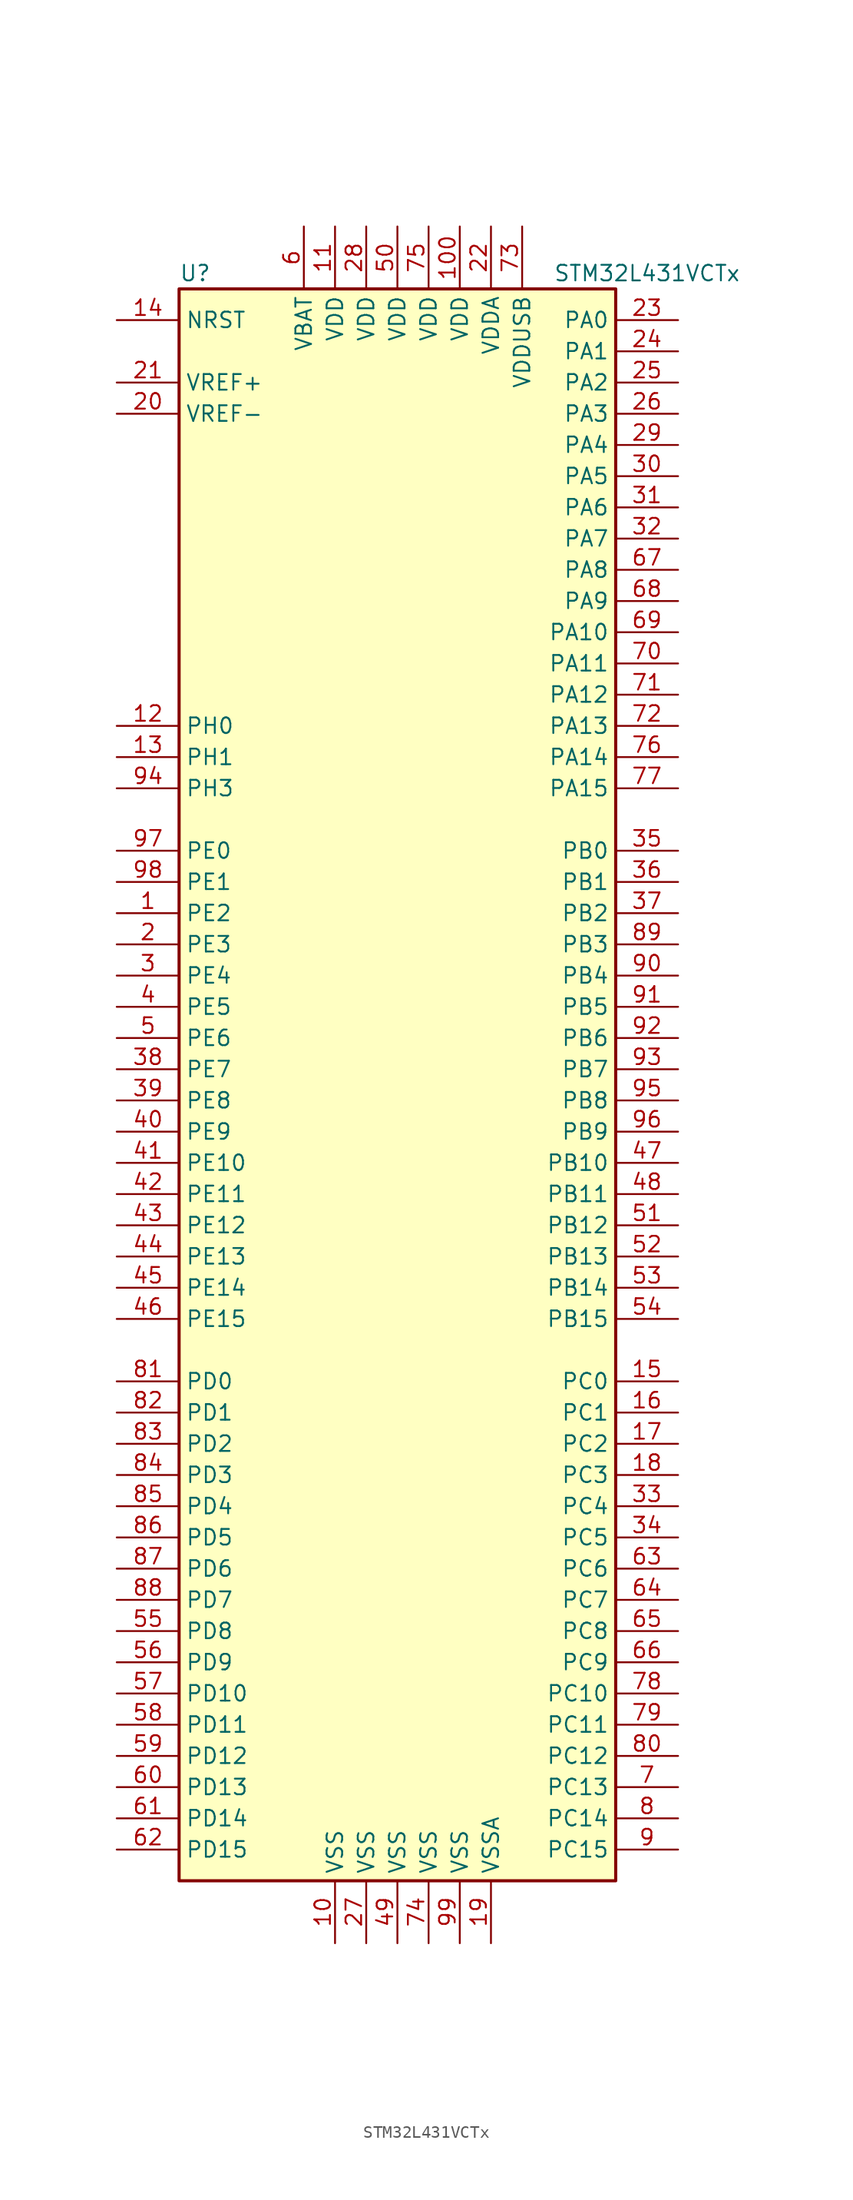
<source format=kicad_sym>
(kicad_symbol_lib
  (version 20201005)
  (generator kicad_symbol_editor)
  (symbol "STM32L431VCTx"
    (property "Reference" "U"
      (at -17.78 64.77 0)
      (effects (font (size 1.27 1.27)) (justify left)))
    (property "Value" "STM32L431VCTx"
      (at 12.7 64.77 0)
      (effects (font (size 1.27 1.27)) (justify left)))
    (symbol "STM32L431VCTx_0_1"
      (rectangle (start -17.78 -66.04) (end 17.78 63.5) (stroke (width 0.254)) (fill (type background))))
    (symbol "STM32L431VCTx_1_1"
      (pin input line (at -22.86 60.96 0) (length 5.08) (name "NRST" (effects (font (size 1.27 1.27)))) (number "14" (effects (font (size 1.27 1.27)))))
      (pin bidirectional line (at 22.86 60.96 180) (length 5.08) (name "PA0" (effects (font (size 1.27 1.27)))) (number "23" (effects (font (size 1.27 1.27)))))
      (pin bidirectional line (at 22.86 58.42 180) (length 5.08) (name "PA1" (effects (font (size 1.27 1.27)))) (number "24" (effects (font (size 1.27 1.27)))))
      (pin bidirectional line (at 22.86 35.56 180) (length 5.08) (name "PA10" (effects (font (size 1.27 1.27)))) (number "69" (effects (font (size 1.27 1.27)))))
      (pin bidirectional line (at 22.86 33.02 180) (length 5.08) (name "PA11" (effects (font (size 1.27 1.27)))) (number "70" (effects (font (size 1.27 1.27)))))
      (pin bidirectional line (at 22.86 30.48 180) (length 5.08) (name "PA12" (effects (font (size 1.27 1.27)))) (number "71" (effects (font (size 1.27 1.27)))))
      (pin bidirectional line (at 22.86 27.94 180) (length 5.08) (name "PA13" (effects (font (size 1.27 1.27)))) (number "72" (effects (font (size 1.27 1.27)))))
      (pin bidirectional line (at 22.86 25.4 180) (length 5.08) (name "PA14" (effects (font (size 1.27 1.27)))) (number "76" (effects (font (size 1.27 1.27)))))
      (pin bidirectional line (at 22.86 22.86 180) (length 5.08) (name "PA15" (effects (font (size 1.27 1.27)))) (number "77" (effects (font (size 1.27 1.27)))))
      (pin bidirectional line (at 22.86 55.88 180) (length 5.08) (name "PA2" (effects (font (size 1.27 1.27)))) (number "25" (effects (font (size 1.27 1.27)))))
      (pin bidirectional line (at 22.86 53.34 180) (length 5.08) (name "PA3" (effects (font (size 1.27 1.27)))) (number "26" (effects (font (size 1.27 1.27)))))
      (pin bidirectional line (at 22.86 50.8 180) (length 5.08) (name "PA4" (effects (font (size 1.27 1.27)))) (number "29" (effects (font (size 1.27 1.27)))))
      (pin bidirectional line (at 22.86 48.26 180) (length 5.08) (name "PA5" (effects (font (size 1.27 1.27)))) (number "30" (effects (font (size 1.27 1.27)))))
      (pin bidirectional line (at 22.86 45.72 180) (length 5.08) (name "PA6" (effects (font (size 1.27 1.27)))) (number "31" (effects (font (size 1.27 1.27)))))
      (pin bidirectional line (at 22.86 43.18 180) (length 5.08) (name "PA7" (effects (font (size 1.27 1.27)))) (number "32" (effects (font (size 1.27 1.27)))))
      (pin bidirectional line (at 22.86 40.64 180) (length 5.08) (name "PA8" (effects (font (size 1.27 1.27)))) (number "67" (effects (font (size 1.27 1.27)))))
      (pin bidirectional line (at 22.86 38.1 180) (length 5.08) (name "PA9" (effects (font (size 1.27 1.27)))) (number "68" (effects (font (size 1.27 1.27)))))
      (pin bidirectional line (at 22.86 17.78 180) (length 5.08) (name "PB0" (effects (font (size 1.27 1.27)))) (number "35" (effects (font (size 1.27 1.27)))))
      (pin bidirectional line (at 22.86 15.24 180) (length 5.08) (name "PB1" (effects (font (size 1.27 1.27)))) (number "36" (effects (font (size 1.27 1.27)))))
      (pin bidirectional line (at 22.86 -7.62 180) (length 5.08) (name "PB10" (effects (font (size 1.27 1.27)))) (number "47" (effects (font (size 1.27 1.27)))))
      (pin bidirectional line (at 22.86 -10.16 180) (length 5.08) (name "PB11" (effects (font (size 1.27 1.27)))) (number "48" (effects (font (size 1.27 1.27)))))
      (pin bidirectional line (at 22.86 -12.7 180) (length 5.08) (name "PB12" (effects (font (size 1.27 1.27)))) (number "51" (effects (font (size 1.27 1.27)))))
      (pin bidirectional line (at 22.86 -15.24 180) (length 5.08) (name "PB13" (effects (font (size 1.27 1.27)))) (number "52" (effects (font (size 1.27 1.27)))))
      (pin bidirectional line (at 22.86 -17.78 180) (length 5.08) (name "PB14" (effects (font (size 1.27 1.27)))) (number "53" (effects (font (size 1.27 1.27)))))
      (pin bidirectional line (at 22.86 -20.32 180) (length 5.08) (name "PB15" (effects (font (size 1.27 1.27)))) (number "54" (effects (font (size 1.27 1.27)))))
      (pin bidirectional line (at 22.86 12.7 180) (length 5.08) (name "PB2" (effects (font (size 1.27 1.27)))) (number "37" (effects (font (size 1.27 1.27)))))
      (pin bidirectional line (at 22.86 10.16 180) (length 5.08) (name "PB3" (effects (font (size 1.27 1.27)))) (number "89" (effects (font (size 1.27 1.27)))))
      (pin bidirectional line (at 22.86 7.62 180) (length 5.08) (name "PB4" (effects (font (size 1.27 1.27)))) (number "90" (effects (font (size 1.27 1.27)))))
      (pin bidirectional line (at 22.86 5.08 180) (length 5.08) (name "PB5" (effects (font (size 1.27 1.27)))) (number "91" (effects (font (size 1.27 1.27)))))
      (pin bidirectional line (at 22.86 2.54 180) (length 5.08) (name "PB6" (effects (font (size 1.27 1.27)))) (number "92" (effects (font (size 1.27 1.27)))))
      (pin bidirectional line (at 22.86 0 180) (length 5.08) (name "PB7" (effects (font (size 1.27 1.27)))) (number "93" (effects (font (size 1.27 1.27)))))
      (pin bidirectional line (at 22.86 -2.54 180) (length 5.08) (name "PB8" (effects (font (size 1.27 1.27)))) (number "95" (effects (font (size 1.27 1.27)))))
      (pin bidirectional line (at 22.86 -5.08 180) (length 5.08) (name "PB9" (effects (font (size 1.27 1.27)))) (number "96" (effects (font (size 1.27 1.27)))))
      (pin bidirectional line (at 22.86 -25.4 180) (length 5.08) (name "PC0" (effects (font (size 1.27 1.27)))) (number "15" (effects (font (size 1.27 1.27)))))
      (pin bidirectional line (at 22.86 -27.94 180) (length 5.08) (name "PC1" (effects (font (size 1.27 1.27)))) (number "16" (effects (font (size 1.27 1.27)))))
      (pin bidirectional line (at 22.86 -50.8 180) (length 5.08) (name "PC10" (effects (font (size 1.27 1.27)))) (number "78" (effects (font (size 1.27 1.27)))))
      (pin bidirectional line (at 22.86 -53.34 180) (length 5.08) (name "PC11" (effects (font (size 1.27 1.27)))) (number "79" (effects (font (size 1.27 1.27)))))
      (pin bidirectional line (at 22.86 -55.88 180) (length 5.08) (name "PC12" (effects (font (size 1.27 1.27)))) (number "80" (effects (font (size 1.27 1.27)))))
      (pin bidirectional line (at 22.86 -58.42 180) (length 5.08) (name "PC13" (effects (font (size 1.27 1.27)))) (number "7" (effects (font (size 1.27 1.27)))))
      (pin bidirectional line (at 22.86 -60.96 180) (length 5.08) (name "PC14" (effects (font (size 1.27 1.27)))) (number "8" (effects (font (size 1.27 1.27)))))
      (pin bidirectional line (at 22.86 -63.5 180) (length 5.08) (name "PC15" (effects (font (size 1.27 1.27)))) (number "9" (effects (font (size 1.27 1.27)))))
      (pin bidirectional line (at 22.86 -30.48 180) (length 5.08) (name "PC2" (effects (font (size 1.27 1.27)))) (number "17" (effects (font (size 1.27 1.27)))))
      (pin bidirectional line (at 22.86 -33.02 180) (length 5.08) (name "PC3" (effects (font (size 1.27 1.27)))) (number "18" (effects (font (size 1.27 1.27)))))
      (pin bidirectional line (at 22.86 -35.56 180) (length 5.08) (name "PC4" (effects (font (size 1.27 1.27)))) (number "33" (effects (font (size 1.27 1.27)))))
      (pin bidirectional line (at 22.86 -38.1 180) (length 5.08) (name "PC5" (effects (font (size 1.27 1.27)))) (number "34" (effects (font (size 1.27 1.27)))))
      (pin bidirectional line (at 22.86 -40.64 180) (length 5.08) (name "PC6" (effects (font (size 1.27 1.27)))) (number "63" (effects (font (size 1.27 1.27)))))
      (pin bidirectional line (at 22.86 -43.18 180) (length 5.08) (name "PC7" (effects (font (size 1.27 1.27)))) (number "64" (effects (font (size 1.27 1.27)))))
      (pin bidirectional line (at 22.86 -45.72 180) (length 5.08) (name "PC8" (effects (font (size 1.27 1.27)))) (number "65" (effects (font (size 1.27 1.27)))))
      (pin bidirectional line (at 22.86 -48.26 180) (length 5.08) (name "PC9" (effects (font (size 1.27 1.27)))) (number "66" (effects (font (size 1.27 1.27)))))
      (pin bidirectional line (at -22.86 -25.4 0) (length 5.08) (name "PD0" (effects (font (size 1.27 1.27)))) (number "81" (effects (font (size 1.27 1.27)))))
      (pin bidirectional line (at -22.86 -27.94 0) (length 5.08) (name "PD1" (effects (font (size 1.27 1.27)))) (number "82" (effects (font (size 1.27 1.27)))))
      (pin bidirectional line (at -22.86 -50.8 0) (length 5.08) (name "PD10" (effects (font (size 1.27 1.27)))) (number "57" (effects (font (size 1.27 1.27)))))
      (pin bidirectional line (at -22.86 -53.34 0) (length 5.08) (name "PD11" (effects (font (size 1.27 1.27)))) (number "58" (effects (font (size 1.27 1.27)))))
      (pin bidirectional line (at -22.86 -55.88 0) (length 5.08) (name "PD12" (effects (font (size 1.27 1.27)))) (number "59" (effects (font (size 1.27 1.27)))))
      (pin bidirectional line (at -22.86 -58.42 0) (length 5.08) (name "PD13" (effects (font (size 1.27 1.27)))) (number "60" (effects (font (size 1.27 1.27)))))
      (pin bidirectional line (at -22.86 -60.96 0) (length 5.08) (name "PD14" (effects (font (size 1.27 1.27)))) (number "61" (effects (font (size 1.27 1.27)))))
      (pin bidirectional line (at -22.86 -63.5 0) (length 5.08) (name "PD15" (effects (font (size 1.27 1.27)))) (number "62" (effects (font (size 1.27 1.27)))))
      (pin bidirectional line (at -22.86 -30.48 0) (length 5.08) (name "PD2" (effects (font (size 1.27 1.27)))) (number "83" (effects (font (size 1.27 1.27)))))
      (pin bidirectional line (at -22.86 -33.02 0) (length 5.08) (name "PD3" (effects (font (size 1.27 1.27)))) (number "84" (effects (font (size 1.27 1.27)))))
      (pin bidirectional line (at -22.86 -35.56 0) (length 5.08) (name "PD4" (effects (font (size 1.27 1.27)))) (number "85" (effects (font (size 1.27 1.27)))))
      (pin bidirectional line (at -22.86 -38.1 0) (length 5.08) (name "PD5" (effects (font (size 1.27 1.27)))) (number "86" (effects (font (size 1.27 1.27)))))
      (pin bidirectional line (at -22.86 -40.64 0) (length 5.08) (name "PD6" (effects (font (size 1.27 1.27)))) (number "87" (effects (font (size 1.27 1.27)))))
      (pin bidirectional line (at -22.86 -43.18 0) (length 5.08) (name "PD7" (effects (font (size 1.27 1.27)))) (number "88" (effects (font (size 1.27 1.27)))))
      (pin bidirectional line (at -22.86 -45.72 0) (length 5.08) (name "PD8" (effects (font (size 1.27 1.27)))) (number "55" (effects (font (size 1.27 1.27)))))
      (pin bidirectional line (at -22.86 -48.26 0) (length 5.08) (name "PD9" (effects (font (size 1.27 1.27)))) (number "56" (effects (font (size 1.27 1.27)))))
      (pin bidirectional line (at -22.86 17.78 0) (length 5.08) (name "PE0" (effects (font (size 1.27 1.27)))) (number "97" (effects (font (size 1.27 1.27)))))
      (pin bidirectional line (at -22.86 15.24 0) (length 5.08) (name "PE1" (effects (font (size 1.27 1.27)))) (number "98" (effects (font (size 1.27 1.27)))))
      (pin bidirectional line (at -22.86 -7.62 0) (length 5.08) (name "PE10" (effects (font (size 1.27 1.27)))) (number "41" (effects (font (size 1.27 1.27)))))
      (pin bidirectional line (at -22.86 -10.16 0) (length 5.08) (name "PE11" (effects (font (size 1.27 1.27)))) (number "42" (effects (font (size 1.27 1.27)))))
      (pin bidirectional line (at -22.86 -12.7 0) (length 5.08) (name "PE12" (effects (font (size 1.27 1.27)))) (number "43" (effects (font (size 1.27 1.27)))))
      (pin bidirectional line (at -22.86 -15.24 0) (length 5.08) (name "PE13" (effects (font (size 1.27 1.27)))) (number "44" (effects (font (size 1.27 1.27)))))
      (pin bidirectional line (at -22.86 -17.78 0) (length 5.08) (name "PE14" (effects (font (size 1.27 1.27)))) (number "45" (effects (font (size 1.27 1.27)))))
      (pin bidirectional line (at -22.86 -20.32 0) (length 5.08) (name "PE15" (effects (font (size 1.27 1.27)))) (number "46" (effects (font (size 1.27 1.27)))))
      (pin bidirectional line (at -22.86 12.7 0) (length 5.08) (name "PE2" (effects (font (size 1.27 1.27)))) (number "1" (effects (font (size 1.27 1.27)))))
      (pin bidirectional line (at -22.86 10.16 0) (length 5.08) (name "PE3" (effects (font (size 1.27 1.27)))) (number "2" (effects (font (size 1.27 1.27)))))
      (pin bidirectional line (at -22.86 7.62 0) (length 5.08) (name "PE4" (effects (font (size 1.27 1.27)))) (number "3" (effects (font (size 1.27 1.27)))))
      (pin bidirectional line (at -22.86 5.08 0) (length 5.08) (name "PE5" (effects (font (size 1.27 1.27)))) (number "4" (effects (font (size 1.27 1.27)))))
      (pin bidirectional line (at -22.86 2.54 0) (length 5.08) (name "PE6" (effects (font (size 1.27 1.27)))) (number "5" (effects (font (size 1.27 1.27)))))
      (pin bidirectional line (at -22.86 0 0) (length 5.08) (name "PE7" (effects (font (size 1.27 1.27)))) (number "38" (effects (font (size 1.27 1.27)))))
      (pin bidirectional line (at -22.86 -2.54 0) (length 5.08) (name "PE8" (effects (font (size 1.27 1.27)))) (number "39" (effects (font (size 1.27 1.27)))))
      (pin bidirectional line (at -22.86 -5.08 0) (length 5.08) (name "PE9" (effects (font (size 1.27 1.27)))) (number "40" (effects (font (size 1.27 1.27)))))
      (pin input line (at -22.86 27.94 0) (length 5.08) (name "PH0" (effects (font (size 1.27 1.27)))) (number "12" (effects (font (size 1.27 1.27)))))
      (pin input line (at -22.86 25.4 0) (length 5.08) (name "PH1" (effects (font (size 1.27 1.27)))) (number "13" (effects (font (size 1.27 1.27)))))
      (pin bidirectional line (at -22.86 22.86 0) (length 5.08) (name "PH3" (effects (font (size 1.27 1.27)))) (number "94" (effects (font (size 1.27 1.27)))))
      (pin power_in line (at -7.62 68.58 270) (length 5.08) (name "VBAT" (effects (font (size 1.27 1.27)))) (number "6" (effects (font (size 1.27 1.27)))))
      (pin power_in line (at 5.08 68.58 270) (length 5.08) (name "VDD" (effects (font (size 1.27 1.27)))) (number "100" (effects (font (size 1.27 1.27)))))
      (pin power_in line (at -5.08 68.58 270) (length 5.08) (name "VDD" (effects (font (size 1.27 1.27)))) (number "11" (effects (font (size 1.27 1.27)))))
      (pin power_in line (at -2.54 68.58 270) (length 5.08) (name "VDD" (effects (font (size 1.27 1.27)))) (number "28" (effects (font (size 1.27 1.27)))))
      (pin power_in line (at 0 68.58 270) (length 5.08) (name "VDD" (effects (font (size 1.27 1.27)))) (number "50" (effects (font (size 1.27 1.27)))))
      (pin power_in line (at 2.54 68.58 270) (length 5.08) (name "VDD" (effects (font (size 1.27 1.27)))) (number "75" (effects (font (size 1.27 1.27)))))
      (pin power_in line (at 7.62 68.58 270) (length 5.08) (name "VDDA" (effects (font (size 1.27 1.27)))) (number "22" (effects (font (size 1.27 1.27)))))
      (pin power_in line (at 10.16 68.58 270) (length 5.08) (name "VDDUSB" (effects (font (size 1.27 1.27)))) (number "73" (effects (font (size 1.27 1.27)))))
      (pin bidirectional line (at -22.86 55.88 0) (length 5.08) (name "VREF+" (effects (font (size 1.27 1.27)))) (number "21" (effects (font (size 1.27 1.27)))))
      (pin power_in line (at -22.86 53.34 0) (length 5.08) (name "VREF-" (effects (font (size 1.27 1.27)))) (number "20" (effects (font (size 1.27 1.27)))))
      (pin power_in line (at -5.08 -71.12 90) (length 5.08) (name "VSS" (effects (font (size 1.27 1.27)))) (number "10" (effects (font (size 1.27 1.27)))))
      (pin power_in line (at -2.54 -71.12 90) (length 5.08) (name "VSS" (effects (font (size 1.27 1.27)))) (number "27" (effects (font (size 1.27 1.27)))))
      (pin power_in line (at 0 -71.12 90) (length 5.08) (name "VSS" (effects (font (size 1.27 1.27)))) (number "49" (effects (font (size 1.27 1.27)))))
      (pin power_in line (at 2.54 -71.12 90) (length 5.08) (name "VSS" (effects (font (size 1.27 1.27)))) (number "74" (effects (font (size 1.27 1.27)))))
      (pin power_in line (at 5.08 -71.12 90) (length 5.08) (name "VSS" (effects (font (size 1.27 1.27)))) (number "99" (effects (font (size 1.27 1.27)))))
      (pin power_in line (at 7.62 -71.12 90) (length 5.08) (name "VSSA" (effects (font (size 1.27 1.27)))) (number "19" (effects (font (size 1.27 1.27))))))))
</source>
